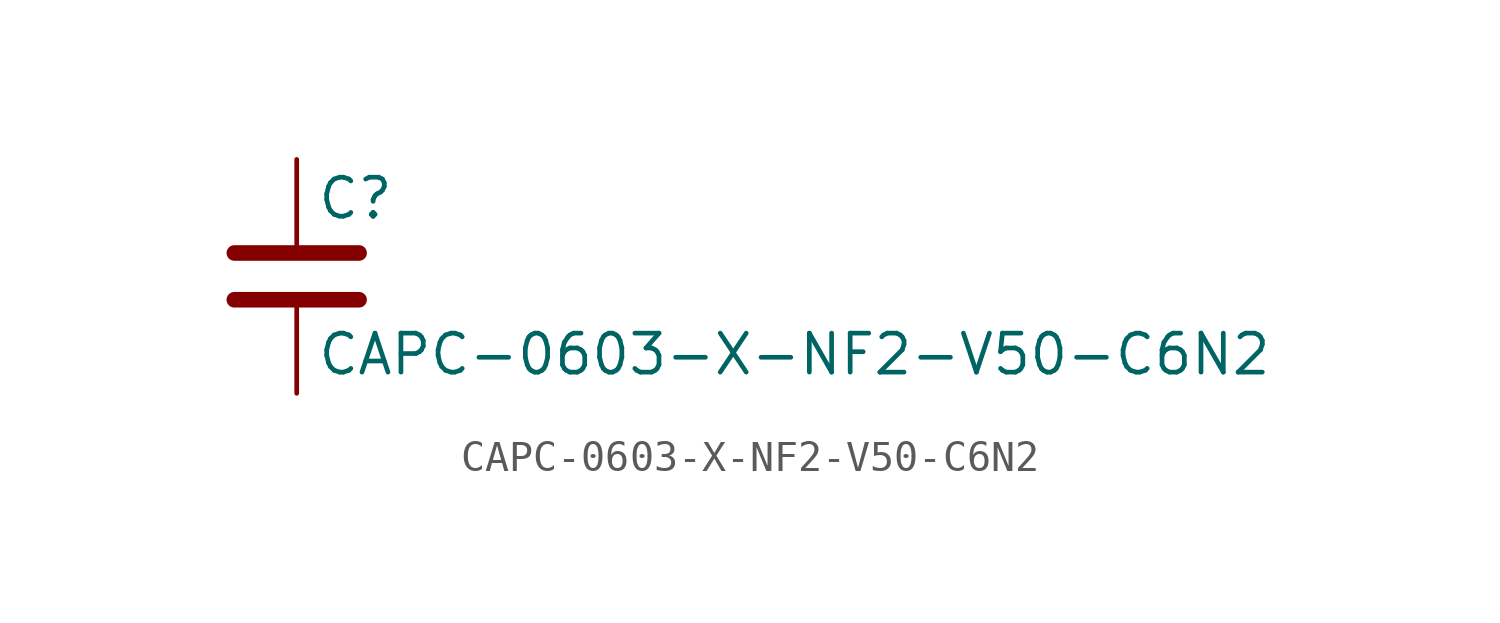
<source format=kicad_sym>
(kicad_symbol_lib
  (version 20211014)
  (generator kicad_symbol_editor)
  (symbol "CAPC-0603-X-NF2-V50-C6N2"
    (pin_numbers hide)
    (pin_names
      (offset 0.254))
    (property "Reference" "C"
      (at 0.635 2.54 0)
      (effects (font (size 1.27 1.27)) (justify left)))
    (property "Value" "CAPC-0603-X-NF2-V50-C6N2"
      (at 0.635 -2.54 0)
      (effects (font (size 1.27 1.27)) (justify left)))
    (symbol "CAPC-0603-X-NF2-V50-C6N2_0_1"
      (polyline (pts (xy -2.032 -0.762) (xy 2.032 -0.762)) (stroke (width 0.508) (type default) (color 0 0 0 0)) (fill (type none)))
      (polyline (pts (xy -2.032 0.762) (xy 2.032 0.762)) (stroke (width 0.508) (type default) (color 0 0 0 0)) (fill (type none))))
    (symbol "CAPC-0603-X-NF2-V50-C6N2_1_1"
      (pin passive line (at 0 3.81 270) (length 2.794) (name "~" (effects (font (size 1.27 1.27)))) (number "1" (effects (font (size 1.27 1.27)))))
      (pin passive line (at 0 -3.81 90) (length 2.794) (name "~" (effects (font (size 1.27 1.27)))) (number "2" (effects (font (size 1.27 1.27))))))))
</source>
